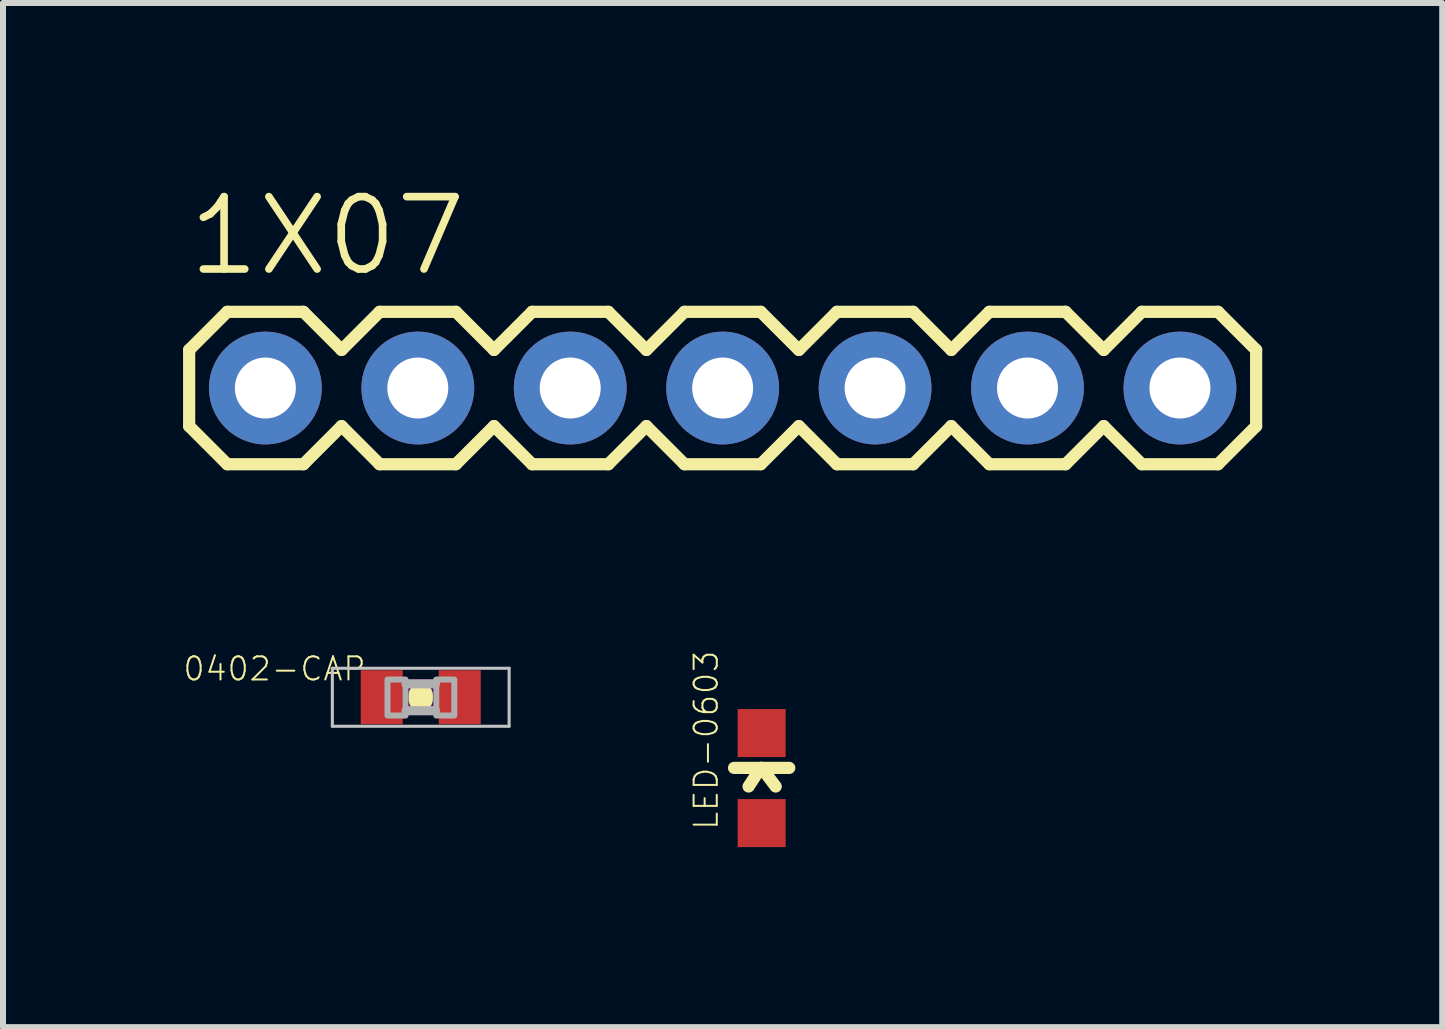
<source format=kicad_pcb>
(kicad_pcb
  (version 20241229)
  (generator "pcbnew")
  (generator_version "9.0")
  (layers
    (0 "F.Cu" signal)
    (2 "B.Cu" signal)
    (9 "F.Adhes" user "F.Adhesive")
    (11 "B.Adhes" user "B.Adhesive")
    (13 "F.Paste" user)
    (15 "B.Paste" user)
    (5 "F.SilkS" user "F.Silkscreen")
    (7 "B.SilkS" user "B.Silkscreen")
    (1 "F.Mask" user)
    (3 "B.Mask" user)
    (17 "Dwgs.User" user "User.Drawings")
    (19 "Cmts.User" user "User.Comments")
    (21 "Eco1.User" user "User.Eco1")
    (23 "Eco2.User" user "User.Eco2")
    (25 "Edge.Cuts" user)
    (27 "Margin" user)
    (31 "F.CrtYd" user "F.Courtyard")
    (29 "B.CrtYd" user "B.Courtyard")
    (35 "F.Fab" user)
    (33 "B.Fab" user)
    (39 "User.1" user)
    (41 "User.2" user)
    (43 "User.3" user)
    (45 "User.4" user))
  (footprint "0402-CAP"
    (layer "F.Cu")
    (at 3.961 8.569)
    (property "Reference" "0402-CAP" (at -0.889 -0.699 0) (layer "F.SilkS") (effects (font (size 0.386 0.386) (thickness 0.033)) (justify right top)))
    (attr through_hole)
    (fp_line (start 0 -0.03) (end 0 0.03) (stroke (width 0.406) (type solid)) (layer "F.SilkS"))
    (fp_poly (pts (xy -0.2 0.3) (xy 0.2 0.3) (xy 0.2 -0.3) (xy -0.2 -0.3)) (stroke (width 0) (type solid)) (fill yes) (layer "F.Adhes"))
    (fp_line (start -1.473 -0.483) (end 1.473 -0.483) (stroke (width 0.051) (type solid)) (layer "Dwgs.User"))
    (fp_line (start -1.473 0.483) (end -1.473 -0.483) (stroke (width 0.051) (type solid)) (layer "Dwgs.User"))
    (fp_line (start 1.473 -0.483) (end 1.473 0.483) (stroke (width 0.051) (type solid)) (layer "Dwgs.User"))
    (fp_line (start 1.473 0.483) (end -1.473 0.483) (stroke (width 0.051) (type solid)) (layer "Dwgs.User"))
    (fp_line (start -0.245 -0.224) (end 0.245 -0.224) (stroke (width 0.152) (type solid)) (layer "F.Fab"))
    (fp_line (start 0.245 0.224) (end -0.245 0.224) (stroke (width 0.152) (type solid)) (layer "F.Fab"))
    (fp_poly (pts (xy -0.554 0.305) (xy -0.254 0.305) (xy -0.254 -0.295) (xy -0.554 -0.295)) (stroke (width 0.1) (type solid)) (fill no) (layer "F.Fab"))
    (fp_poly (pts (xy 0.259 0.305) (xy 0.559 0.305) (xy 0.559 -0.295) (xy 0.259 -0.295)) (stroke (width 0.1) (type solid)) (fill no) (layer "F.Fab"))
    (pad "1" smd rect (at -0.65 0) (size 0.7 0.9) (layers "F.Cu" "F.Mask" "F.Paste"))
    (pad "2" smd rect (at 0.65 0) (size 0.7 0.9) (layers "F.Cu" "F.Mask" "F.Paste")))
  (footprint "LED-0603"
    (layer "F.Cu")
    (at 9.642 9.916)
    (property "Reference" "LED-0603" (at -0.699 0.889 90) (layer "F.SilkS") (effects (font (size 0.386 0.386) (thickness 0.033)) (justify left bottom)))
    (attr through_hole)
    (fp_line (start -0.46 -0.17) (end 0 -0.17) (stroke (width 0.203) (type solid)) (layer "F.SilkS"))
    (fp_line (start -0.025 -0.155) (end -0.218 0.14) (stroke (width 0.203) (type solid)) (layer "F.SilkS"))
    (fp_line (start 0 -0.17) (end 0.234 0.14) (stroke (width 0.203) (type solid)) (layer "F.SilkS"))
    (fp_line (start 0.46 -0.17) (end 0 -0.17) (stroke (width 0.203) (type solid)) (layer "F.SilkS"))
    (pad "A" smd rect (at 0 0.75) (size 0.8 0.8) (layers "F.Cu" "F.Mask" "F.Paste"))
    (pad "C" smd rect (at 0 -0.75) (size 0.8 0.8) (layers "F.Cu" "F.Mask" "F.Paste")))
  (footprint "1X07"
    (layer "F.Cu")
    (at 1.372 3.416)
    (property "Reference" "1X07" (at -1.346 -1.829 0) (layer "F.SilkS") (effects (font (size 1.206 1.206) (thickness 0.127)) (justify left bottom)))
    (attr through_hole)
    (fp_line (start -1.27 -0.635) (end -1.27 0.635) (stroke (width 0.203) (type solid)) (layer "F.SilkS"))
    (fp_line (start -1.27 0.635) (end -0.635 1.27) (stroke (width 0.203) (type solid)) (layer "F.SilkS"))
    (fp_line (start -0.635 -1.27) (end -1.27 -0.635) (stroke (width 0.203) (type solid)) (layer "F.SilkS"))
    (fp_line (start -0.635 -1.27) (end 0.635 -1.27) (stroke (width 0.203) (type solid)) (layer "F.SilkS"))
    (fp_line (start 0.635 -1.27) (end 1.27 -0.635) (stroke (width 0.203) (type solid)) (layer "F.SilkS"))
    (fp_line (start 0.635 1.27) (end -0.635 1.27) (stroke (width 0.203) (type solid)) (layer "F.SilkS"))
    (fp_line (start 1.27 -0.635) (end 1.905 -1.27) (stroke (width 0.203) (type solid)) (layer "F.SilkS"))
    (fp_line (start 1.27 0.635) (end 0.635 1.27) (stroke (width 0.203) (type solid)) (layer "F.SilkS"))
    (fp_line (start 1.905 -1.27) (end 3.175 -1.27) (stroke (width 0.203) (type solid)) (layer "F.SilkS"))
    (fp_line (start 1.905 1.27) (end 1.27 0.635) (stroke (width 0.203) (type solid)) (layer "F.SilkS"))
    (fp_line (start 3.175 -1.27) (end 3.81 -0.635) (stroke (width 0.203) (type solid)) (layer "F.SilkS"))
    (fp_line (start 3.175 1.27) (end 1.905 1.27) (stroke (width 0.203) (type solid)) (layer "F.SilkS"))
    (fp_line (start 3.81 -0.635) (end 4.445 -1.27) (stroke (width 0.203) (type solid)) (layer "F.SilkS"))
    (fp_line (start 3.81 0.635) (end 3.175 1.27) (stroke (width 0.203) (type solid)) (layer "F.SilkS"))
    (fp_line (start 4.445 -1.27) (end 5.715 -1.27) (stroke (width 0.203) (type solid)) (layer "F.SilkS"))
    (fp_line (start 4.445 1.27) (end 3.81 0.635) (stroke (width 0.203) (type solid)) (layer "F.SilkS"))
    (fp_line (start 5.715 -1.27) (end 6.35 -0.635) (stroke (width 0.203) (type solid)) (layer "F.SilkS"))
    (fp_line (start 5.715 1.27) (end 4.445 1.27) (stroke (width 0.203) (type solid)) (layer "F.SilkS"))
    (fp_line (start 6.35 0.635) (end 5.715 1.27) (stroke (width 0.203) (type solid)) (layer "F.SilkS"))
    (fp_line (start 6.35 0.635) (end 6.985 1.27) (stroke (width 0.203) (type solid)) (layer "F.SilkS"))
    (fp_line (start 6.985 -1.27) (end 6.35 -0.635) (stroke (width 0.203) (type solid)) (layer "F.SilkS"))
    (fp_line (start 6.985 -1.27) (end 8.255 -1.27) (stroke (width 0.203) (type solid)) (layer "F.SilkS"))
    (fp_line (start 8.255 -1.27) (end 8.89 -0.635) (stroke (width 0.203) (type solid)) (layer "F.SilkS"))
    (fp_line (start 8.255 1.27) (end 6.985 1.27) (stroke (width 0.203) (type solid)) (layer "F.SilkS"))
    (fp_line (start 8.89 -0.635) (end 9.525 -1.27) (stroke (width 0.203) (type solid)) (layer "F.SilkS"))
    (fp_line (start 8.89 0.635) (end 8.255 1.27) (stroke (width 0.203) (type solid)) (layer "F.SilkS"))
    (fp_line (start 9.525 -1.27) (end 10.795 -1.27) (stroke (width 0.203) (type solid)) (layer "F.SilkS"))
    (fp_line (start 9.525 1.27) (end 8.89 0.635) (stroke (width 0.203) (type solid)) (layer "F.SilkS"))
    (fp_line (start 10.795 -1.27) (end 11.43 -0.635) (stroke (width 0.203) (type solid)) (layer "F.SilkS"))
    (fp_line (start 10.795 1.27) (end 9.525 1.27) (stroke (width 0.203) (type solid)) (layer "F.SilkS"))
    (fp_line (start 11.43 -0.635) (end 12.065 -1.27) (stroke (width 0.203) (type solid)) (layer "F.SilkS"))
    (fp_line (start 11.43 0.635) (end 10.795 1.27) (stroke (width 0.203) (type solid)) (layer "F.SilkS"))
    (fp_line (start 12.065 -1.27) (end 13.335 -1.27) (stroke (width 0.203) (type solid)) (layer "F.SilkS"))
    (fp_line (start 12.065 1.27) (end 11.43 0.635) (stroke (width 0.203) (type solid)) (layer "F.SilkS"))
    (fp_line (start 13.335 -1.27) (end 13.97 -0.635) (stroke (width 0.203) (type solid)) (layer "F.SilkS"))
    (fp_line (start 13.335 1.27) (end 12.065 1.27) (stroke (width 0.203) (type solid)) (layer "F.SilkS"))
    (fp_line (start 13.97 0.635) (end 13.335 1.27) (stroke (width 0.203) (type solid)) (layer "F.SilkS"))
    (fp_line (start 13.97 0.635) (end 14.605 1.27) (stroke (width 0.203) (type solid)) (layer "F.SilkS"))
    (fp_line (start 14.605 -1.27) (end 13.97 -0.635) (stroke (width 0.203) (type solid)) (layer "F.SilkS"))
    (fp_line (start 14.605 -1.27) (end 15.875 -1.27) (stroke (width 0.203) (type solid)) (layer "F.SilkS"))
    (fp_line (start 15.875 -1.27) (end 16.51 -0.635) (stroke (width 0.203) (type solid)) (layer "F.SilkS"))
    (fp_line (start 15.875 1.27) (end 14.605 1.27) (stroke (width 0.203) (type solid)) (layer "F.SilkS"))
    (fp_line (start 16.51 -0.635) (end 16.51 0.635) (stroke (width 0.203) (type solid)) (layer "F.SilkS"))
    (fp_line (start 16.51 0.635) (end 15.875 1.27) (stroke (width 0.203) (type solid)) (layer "F.SilkS"))
    (fp_poly (pts (xy -0.254 0.254) (xy 0.254 0.254) (xy 0.254 -0.254) (xy -0.254 -0.254)) (stroke (width 0.1) (type solid)) (fill no) (layer "F.Fab"))
    (fp_poly (pts (xy 2.286 0.254) (xy 2.794 0.254) (xy 2.794 -0.254) (xy 2.286 -0.254)) (stroke (width 0.1) (type solid)) (fill no) (layer "F.Fab"))
    (fp_poly (pts (xy 4.826 0.254) (xy 5.334 0.254) (xy 5.334 -0.254) (xy 4.826 -0.254)) (stroke (width 0.1) (type solid)) (fill no) (layer "F.Fab"))
    (fp_poly (pts (xy 7.366 0.254) (xy 7.874 0.254) (xy 7.874 -0.254) (xy 7.366 -0.254)) (stroke (width 0.1) (type solid)) (fill no) (layer "F.Fab"))
    (fp_poly (pts (xy 9.906 0.254) (xy 10.414 0.254) (xy 10.414 -0.254) (xy 9.906 -0.254)) (stroke (width 0.1) (type solid)) (fill no) (layer "F.Fab"))
    (fp_poly (pts (xy 12.446 0.254) (xy 12.954 0.254) (xy 12.954 -0.254) (xy 12.446 -0.254)) (stroke (width 0.1) (type solid)) (fill no) (layer "F.Fab"))
    (fp_poly (pts (xy 14.986 0.254) (xy 15.494 0.254) (xy 15.494 -0.254) (xy 14.986 -0.254)) (stroke (width 0.1) (type solid)) (fill no) (layer "F.Fab"))
    (pad "1" thru_hole circle (at 0 0 90) (size 1.88 1.88) (drill 1.016) (layers "*.Cu" "*.Mask"))
    (pad "2" thru_hole circle (at 2.54 0 90) (size 1.88 1.88) (drill 1.016) (layers "*.Cu" "*.Mask"))
    (pad "3" thru_hole circle (at 5.08 0 90) (size 1.88 1.88) (drill 1.016) (layers "*.Cu" "*.Mask"))
    (pad "4" thru_hole circle (at 7.62 0 90) (size 1.88 1.88) (drill 1.016) (layers "*.Cu" "*.Mask"))
    (pad "5" thru_hole circle (at 10.16 0 90) (size 1.88 1.88) (drill 1.016) (layers "*.Cu" "*.Mask"))
    (pad "6" thru_hole circle (at 12.7 0 90) (size 1.88 1.88) (drill 1.016) (layers "*.Cu" "*.Mask"))
    (pad "7" thru_hole circle (at 15.24 0 90) (size 1.88 1.88) (drill 1.016) (layers "*.Cu" "*.Mask")))
  (gr_rect
    (start -3 -3)
    (end 20.983 14.066)
    (stroke (width 0.1) (type default))
    (fill no)
    (layer "Edge.Cuts")))
</source>
